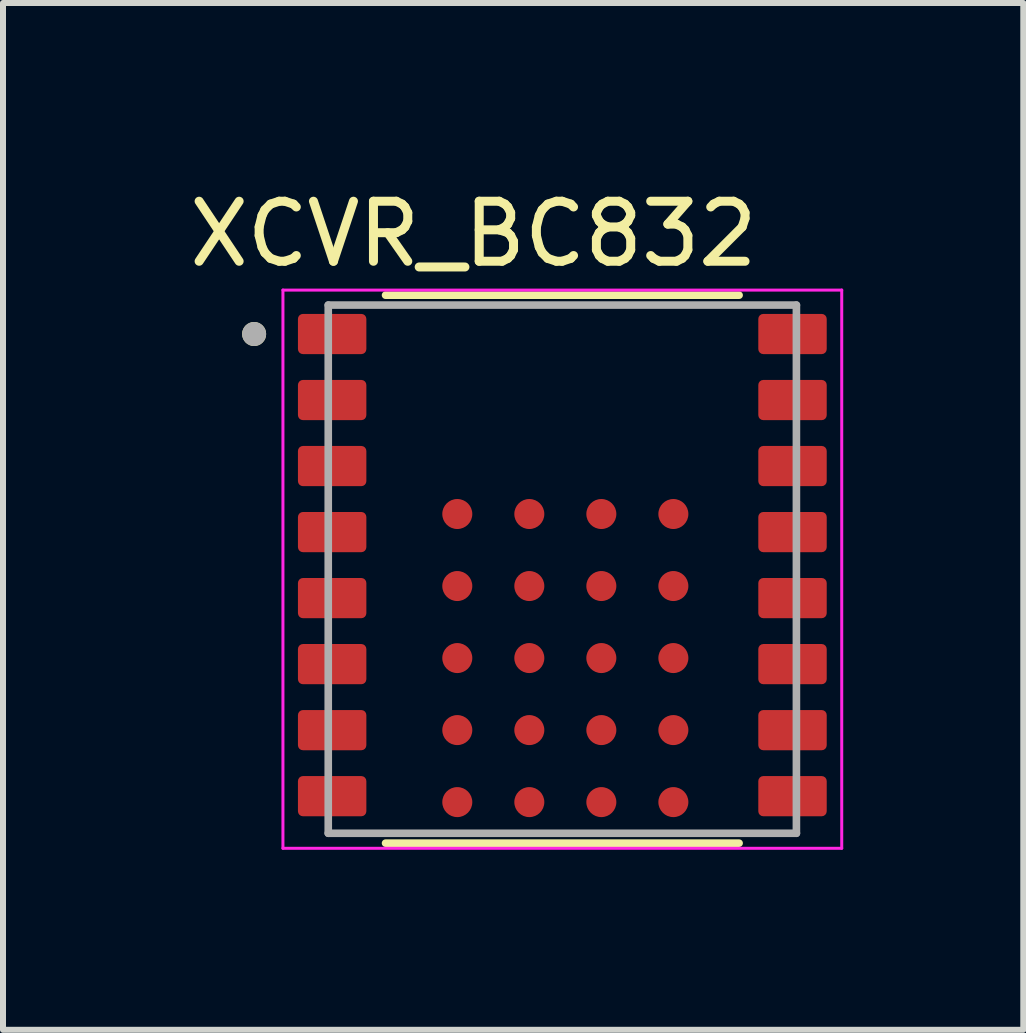
<source format=kicad_pcb>
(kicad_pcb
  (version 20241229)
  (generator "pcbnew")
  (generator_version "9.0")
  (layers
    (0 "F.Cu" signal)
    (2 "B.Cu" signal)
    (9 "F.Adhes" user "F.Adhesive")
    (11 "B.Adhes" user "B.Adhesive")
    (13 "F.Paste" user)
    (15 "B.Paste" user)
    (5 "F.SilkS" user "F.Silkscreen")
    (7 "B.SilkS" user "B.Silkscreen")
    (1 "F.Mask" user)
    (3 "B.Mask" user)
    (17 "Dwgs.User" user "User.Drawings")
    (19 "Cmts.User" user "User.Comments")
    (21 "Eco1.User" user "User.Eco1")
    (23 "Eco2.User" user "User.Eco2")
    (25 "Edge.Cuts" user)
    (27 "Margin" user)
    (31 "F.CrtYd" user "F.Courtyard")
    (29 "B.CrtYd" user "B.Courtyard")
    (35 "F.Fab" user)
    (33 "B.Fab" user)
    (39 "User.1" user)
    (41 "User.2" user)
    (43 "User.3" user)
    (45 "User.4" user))
  (footprint "XCVR_BC832"
    (layer "F.Cu")
    (at 6.319 6.433)
    (property "Reference" "XCVR_BC832" (at -1.48 -5.585 0) (layer "F.SilkS") (effects (font (size 1 1) (thickness 0.15))))
    (attr smd)
    (fp_line (start -2.945 -4.565) (end 2.945 -4.565) (stroke (width 0.127) (type solid)) (layer "F.SilkS"))
    (fp_line (start -2.945 4.565) (end 2.945 4.565) (stroke (width 0.127) (type solid)) (layer "F.SilkS"))
    (fp_circle (center -5.135 -3.918) (end -5.035 -3.918) (stroke (width 0.2) (type solid)) (fill no) (layer "F.SilkS"))
    (fp_line (start -4.655 -4.65) (end -4.655 4.65) (stroke (width 0.05) (type solid)) (layer "F.CrtYd"))
    (fp_line (start -4.655 4.65) (end 4.655 4.65) (stroke (width 0.05) (type solid)) (layer "F.CrtYd"))
    (fp_line (start 4.655 -4.65) (end -4.655 -4.65) (stroke (width 0.05) (type solid)) (layer "F.CrtYd"))
    (fp_line (start 4.655 4.65) (end 4.655 -4.65) (stroke (width 0.05) (type solid)) (layer "F.CrtYd"))
    (fp_line (start -3.9 -4.4) (end -3.9 4.4) (stroke (width 0.127) (type solid)) (layer "F.Fab"))
    (fp_line (start -3.9 -4.4) (end 3.9 -4.4) (stroke (width 0.127) (type solid)) (layer "F.Fab"))
    (fp_line (start 3.9 -4.4) (end 3.9 4.4) (stroke (width 0.127) (type solid)) (layer "F.Fab"))
    (fp_line (start 3.9 4.4) (end -3.9 4.4) (stroke (width 0.127) (type solid)) (layer "F.Fab"))
    (fp_circle (center -5.135 -3.918) (end -5.035 -3.918) (stroke (width 0.2) (type solid)) (fill no) (layer "F.Fab"))
    (pad "1" smd roundrect (at -3.835 -3.918) (size 1.14 0.67) (layers "F.Cu" "F.Mask" "F.Paste") (roundrect_rratio 0.125))
    (pad "2" smd roundrect (at -3.835 -2.818) (size 1.14 0.67) (layers "F.Cu" "F.Mask" "F.Paste") (roundrect_rratio 0.125))
    (pad "3" smd roundrect (at -3.835 -1.718) (size 1.14 0.67) (layers "F.Cu" "F.Mask" "F.Paste") (roundrect_rratio 0.125))
    (pad "4" smd roundrect (at -3.835 -0.618) (size 1.14 0.67) (layers "F.Cu" "F.Mask" "F.Paste") (roundrect_rratio 0.125))
    (pad "5" smd roundrect (at -3.835 0.482) (size 1.14 0.67) (layers "F.Cu" "F.Mask" "F.Paste") (roundrect_rratio 0.125))
    (pad "6" smd roundrect (at -3.835 1.582) (size 1.14 0.67) (layers "F.Cu" "F.Mask" "F.Paste") (roundrect_rratio 0.125))
    (pad "7" smd roundrect (at -3.835 2.682) (size 1.14 0.67) (layers "F.Cu" "F.Mask" "F.Paste") (roundrect_rratio 0.125))
    (pad "8" smd roundrect (at -3.835 3.782) (size 1.14 0.67) (layers "F.Cu" "F.Mask" "F.Paste") (roundrect_rratio 0.125))
    (pad "9" smd roundrect (at 3.835 3.782) (size 1.14 0.67) (layers "F.Cu" "F.Mask" "F.Paste") (roundrect_rratio 0.125))
    (pad "10" smd roundrect (at 3.835 2.682) (size 1.14 0.67) (layers "F.Cu" "F.Mask" "F.Paste") (roundrect_rratio 0.125))
    (pad "11" smd roundrect (at 3.835 1.582) (size 1.14 0.67) (layers "F.Cu" "F.Mask" "F.Paste") (roundrect_rratio 0.125))
    (pad "12" smd roundrect (at 3.835 0.482) (size 1.14 0.67) (layers "F.Cu" "F.Mask" "F.Paste") (roundrect_rratio 0.125))
    (pad "13" smd roundrect (at 3.835 -0.618) (size 1.14 0.67) (layers "F.Cu" "F.Mask" "F.Paste") (roundrect_rratio 0.125))
    (pad "14" smd roundrect (at 3.835 -1.718) (size 1.14 0.67) (layers "F.Cu" "F.Mask" "F.Paste") (roundrect_rratio 0.125))
    (pad "15" smd roundrect (at 3.835 -2.818) (size 1.14 0.67) (layers "F.Cu" "F.Mask" "F.Paste") (roundrect_rratio 0.125))
    (pad "16" smd roundrect (at 3.835 -3.918) (size 1.14 0.67) (layers "F.Cu" "F.Mask" "F.Paste") (roundrect_rratio 0.125))
    (pad "A1" smd circle (at -1.75 -0.919) (size 0.5 0.5) (layers "F.Cu" "F.Mask" "F.Paste"))
    (pad "A2" smd circle (at -1.75 0.281) (size 0.5 0.5) (layers "F.Cu" "F.Mask" "F.Paste"))
    (pad "A3" smd circle (at -1.75 1.481) (size 0.5 0.5) (layers "F.Cu" "F.Mask" "F.Paste"))
    (pad "A4" smd circle (at -1.75 2.681) (size 0.5 0.5) (layers "F.Cu" "F.Mask" "F.Paste"))
    (pad "A5" smd circle (at -1.75 3.881) (size 0.5 0.5) (layers "F.Cu" "F.Mask" "F.Paste"))
    (pad "B1" smd circle (at -0.55 -0.919) (size 0.5 0.5) (layers "F.Cu" "F.Mask" "F.Paste"))
    (pad "B2" smd circle (at -0.55 0.281) (size 0.5 0.5) (layers "F.Cu" "F.Mask" "F.Paste"))
    (pad "B3" smd circle (at -0.55 1.481) (size 0.5 0.5) (layers "F.Cu" "F.Mask" "F.Paste"))
    (pad "B4" smd circle (at -0.55 2.681) (size 0.5 0.5) (layers "F.Cu" "F.Mask" "F.Paste"))
    (pad "B5" smd circle (at -0.55 3.881) (size 0.5 0.5) (layers "F.Cu" "F.Mask" "F.Paste"))
    (pad "C1" smd circle (at 0.65 -0.919) (size 0.5 0.5) (layers "F.Cu" "F.Mask" "F.Paste"))
    (pad "C2" smd circle (at 0.65 0.281) (size 0.5 0.5) (layers "F.Cu" "F.Mask" "F.Paste"))
    (pad "C3" smd circle (at 0.65 1.481) (size 0.5 0.5) (layers "F.Cu" "F.Mask" "F.Paste"))
    (pad "C4" smd circle (at 0.65 2.681) (size 0.5 0.5) (layers "F.Cu" "F.Mask" "F.Paste"))
    (pad "C5" smd circle (at 0.65 3.881) (size 0.5 0.5) (layers "F.Cu" "F.Mask" "F.Paste"))
    (pad "D1" smd circle (at 1.85 -0.919) (size 0.5 0.5) (layers "F.Cu" "F.Mask" "F.Paste"))
    (pad "D2" smd circle (at 1.85 0.281) (size 0.5 0.5) (layers "F.Cu" "F.Mask" "F.Paste"))
    (pad "D3" smd circle (at 1.85 1.481) (size 0.5 0.5) (layers "F.Cu" "F.Mask" "F.Paste"))
    (pad "D4" smd circle (at 1.85 2.681) (size 0.5 0.5) (layers "F.Cu" "F.Mask" "F.Paste"))
    (pad "D5" smd circle (at 1.85 3.881) (size 0.5 0.5) (layers "F.Cu" "F.Mask" "F.Paste"))
    (zone (net_name "") (layer "F.Cu") (hatch full 0.508) (connect_pads) (min_thickness 0.01) (filled_areas_thickness no) (keepout (tracks not_allowed) (vias not_allowed) (pads not_allowed) (copperpour not_allowed) (footprints allowed)) (placement (enabled no)) (fill) (polygon (pts (xy 2.419 2.033) (xy 2.419 2.18) (xy 2.984 2.18) (xy 2.988 2.18) (xy 2.991 2.18) (xy 2.995 2.181) (xy 2.999 2.182) (xy 3.002 2.182) (xy 3.006 2.183) (xy 3.009 2.185) (xy 3.012 2.186) (xy 3.016 2.188) (xy 3.019 2.189) (xy 3.022 2.191) (xy 3.025 2.193) (xy 3.028 2.196) (xy 3.031 2.198) (xy 3.033 2.201) (xy 3.036 2.203) (xy 3.038 2.206) (xy 3.041 2.209) (xy 3.043 2.212) (xy 3.045 2.215) (xy 3.046 2.218) (xy 3.048 2.222) (xy 3.049 2.225) (xy 3.051 2.228) (xy 3.052 2.232) (xy 3.052 2.235) (xy 3.053 2.239) (xy 3.054 2.243) (xy 3.054 2.246) (xy 3.054 2.25) (xy 3.054 2.78) (xy 3.054 2.784) (xy 3.054 2.787) (xy 3.053 2.791) (xy 3.052 2.795) (xy 3.052 2.798) (xy 3.051 2.802) (xy 3.049 2.805) (xy 3.048 2.808) (xy 3.046 2.812) (xy 3.045 2.815) (xy 3.043 2.818) (xy 3.041 2.821) (xy 3.038 2.824) (xy 3.036 2.827) (xy 3.033 2.829) (xy 3.031 2.832) (xy 3.028 2.834) (xy 3.025 2.837) (xy 3.022 2.839) (xy 3.019 2.841) (xy 3.016 2.842) (xy 3.012 2.844) (xy 3.009 2.845) (xy 3.006 2.847) (xy 3.002 2.848) (xy 2.999 2.848) (xy 2.995 2.849) (xy 2.991 2.85) (xy 2.988 2.85) (xy 2.984 2.85) (xy 2.419 2.85) (xy 2.419 3.28) (xy 2.984 3.28) (xy 2.988 3.28) (xy 2.991 3.28) (xy 2.995 3.281) (xy 2.999 3.282) (xy 3.002 3.282) (xy 3.006 3.283) (xy 3.009 3.285) (xy 3.012 3.286) (xy 3.016 3.288) (xy 3.019 3.289) (xy 3.022 3.291) (xy 3.025 3.293) (xy 3.028 3.296) (xy 3.031 3.298) (xy 3.033 3.301) (xy 3.036 3.303) (xy 3.038 3.306) (xy 3.041 3.309) (xy 3.043 3.312) (xy 3.045 3.315) (xy 3.046 3.318) (xy 3.048 3.322) (xy 3.049 3.325) (xy 3.051 3.328) (xy 3.052 3.332) (xy 3.052 3.335) (xy 3.053 3.339) (xy 3.054 3.343) (xy 3.054 3.346) (xy 3.054 3.35) (xy 3.054 3.88) (xy 3.054 3.884) (xy 3.054 3.887) (xy 3.053 3.891) (xy 3.052 3.895) (xy 3.052 3.898) (xy 3.051 3.902) (xy 3.049 3.905) (xy 3.048 3.908) (xy 3.046 3.912) (xy 3.045 3.915) (xy 3.043 3.918) (xy 3.041 3.921) (xy 3.038 3.924) (xy 3.036 3.927) (xy 3.033 3.929) (xy 3.031 3.932) (xy 3.028 3.934) (xy 3.025 3.937) (xy 3.022 3.939) (xy 3.019 3.941) (xy 3.016 3.942) (xy 3.012 3.944) (xy 3.009 3.945) (xy 3.006 3.947) (xy 3.002 3.948) (xy 2.999 3.948) (xy 2.995 3.949) (xy 2.991 3.95) (xy 2.988 3.95) (xy 2.984 3.95) (xy 2.419 3.95) (xy 2.419 4.38) (xy 2.984 4.38) (xy 2.988 4.38) (xy 2.991 4.38) (xy 2.995 4.381) (xy 2.999 4.382) (xy 3.002 4.382) (xy 3.006 4.383) (xy 3.009 4.385) (xy 3.012 4.386) (xy 3.016 4.388) (xy 3.019 4.389) (xy 3.022 4.391) (xy 3.025 4.393) (xy 3.028 4.396) (xy 3.031 4.398) (xy 3.033 4.401) (xy 3.036 4.403) (xy 3.038 4.406) (xy 3.041 4.409) (xy 3.043 4.412) (xy 3.045 4.415) (xy 3.046 4.418) (xy 3.048 4.422) (xy 3.049 4.425) (xy 3.051 4.428) (xy 3.052 4.432) (xy 3.052 4.435) (xy 3.053 4.439) (xy 3.054 4.443) (xy 3.054 4.446) (xy 3.054 4.45) (xy 3.054 4.98) (xy 3.054 4.984) (xy 3.054 4.987) (xy 3.053 4.991) (xy 3.052 4.995) (xy 3.052 4.998) (xy 3.051 5.002) (xy 3.049 5.005) (xy 3.048 5.008) (xy 3.046 5.012) (xy 3.045 5.015) (xy 3.043 5.018) (xy 3.041 5.021) (xy 3.038 5.024) (xy 3.036 5.027) (xy 3.033 5.029) (xy 3.031 5.032) (xy 3.028 5.034) (xy 3.025 5.037) (xy 3.022 5.039) (xy 3.019 5.041) (xy 3.016 5.042) (xy 3.012 5.044) (xy 3.009 5.045) (xy 3.006 5.047) (xy 3.002 5.048) (xy 2.999 5.048) (xy 2.995 5.049) (xy 2.991 5.05) (xy 2.988 5.05) (xy 2.984 5.05) (xy 2.419 5.05) (xy 2.419 5.233) (xy 10.219 5.233) (xy 10.219 5.05) (xy 9.654 5.05) (xy 9.65 5.05) (xy 9.647 5.05) (xy 9.643 5.049) (xy 9.639 5.048) (xy 9.636 5.048) (xy 9.632 5.047) (xy 9.629 5.045) (xy 9.626 5.044) (xy 9.622 5.042) (xy 9.619 5.041) (xy 9.616 5.039) (xy 9.613 5.037) (xy 9.61 5.034) (xy 9.607 5.032) (xy 9.605 5.029) (xy 9.602 5.027) (xy 9.6 5.024) (xy 9.597 5.021) (xy 9.595 5.018) (xy 9.593 5.015) (xy 9.592 5.012) (xy 9.59 5.008) (xy 9.589 5.005) (xy 9.587 5.002) (xy 9.586 4.998) (xy 9.586 4.995) (xy 9.585 4.991) (xy 9.584 4.987) (xy 9.584 4.984) (xy 9.584 4.98) (xy 9.584 4.45) (xy 9.584 4.446) (xy 9.584 4.443) (xy 9.585 4.439) (xy 9.586 4.435) (xy 9.586 4.432) (xy 9.587 4.428) (xy 9.589 4.425) (xy 9.59 4.422) (xy 9.592 4.418) (xy 9.593 4.415) (xy 9.595 4.412) (xy 9.597 4.409) (xy 9.6 4.406) (xy 9.602 4.403) (xy 9.605 4.401) (xy 9.607 4.398) (xy 9.61 4.396) (xy 9.613 4.393) (xy 9.616 4.391) (xy 9.619 4.389) (xy 9.622 4.388) (xy 9.626 4.386) (xy 9.629 4.385) (xy 9.632 4.383) (xy 9.636 4.382) (xy 9.639 4.382) (xy 9.643 4.381) (xy 9.647 4.38) (xy 9.65 4.38) (xy 9.654 4.38) (xy 10.219 4.38) (xy 10.219 3.95) (xy 9.654 3.95) (xy 9.65 3.95) (xy 9.647 3.95) (xy 9.643 3.949) (xy 9.639 3.948) (xy 9.636 3.948) (xy 9.632 3.947) (xy 9.629 3.945) (xy 9.626 3.944) (xy 9.622 3.942) (xy 9.619 3.941) (xy 9.616 3.939) (xy 9.613 3.937) (xy 9.61 3.934) (xy 9.607 3.932) (xy 9.605 3.929) (xy 9.602 3.927) (xy 9.6 3.924) (xy 9.597 3.921) (xy 9.595 3.918) (xy 9.593 3.915) (xy 9.592 3.912) (xy 9.59 3.908) (xy 9.589 3.905) (xy 9.587 3.902) (xy 9.586 3.898) (xy 9.586 3.895) (xy 9.585 3.891) (xy 9.584 3.887) (xy 9.584 3.884) (xy 9.584 3.88) (xy 9.584 3.35) (xy 9.584 3.346) (xy 9.584 3.343) (xy 9.585 3.339) (xy 9.586 3.335) (xy 9.586 3.332) (xy 9.587 3.328) (xy 9.589 3.325) (xy 9.59 3.322) (xy 9.592 3.318) (xy 9.593 3.315) (xy 9.595 3.312) (xy 9.597 3.309) (xy 9.6 3.306) (xy 9.602 3.303) (xy 9.605 3.301) (xy 9.607 3.298) (xy 9.61 3.296) (xy 9.613 3.293) (xy 9.616 3.291) (xy 9.619 3.289) (xy 9.622 3.288) (xy 9.626 3.286) (xy 9.629 3.285) (xy 9.632 3.283) (xy 9.636 3.282) (xy 9.639 3.282) (xy 9.643 3.281) (xy 9.647 3.28) (xy 9.65 3.28) (xy 9.654 3.28) (xy 10.219 3.28) (xy 10.219 2.85) (xy 9.654 2.85) (xy 9.65 2.85) (xy 9.647 2.85) (xy 9.643 2.849) (xy 9.639 2.848) (xy 9.636 2.848) (xy 9.632 2.847) (xy 9.629 2.845) (xy 9.626 2.844) (xy 9.622 2.842) (xy 9.619 2.841) (xy 9.616 2.839) (xy 9.613 2.837) (xy 9.61 2.834) (xy 9.607 2.832) (xy 9.605 2.829) (xy 9.602 2.827) (xy 9.6 2.824) (xy 9.597 2.821) (xy 9.595 2.818) (xy 9.593 2.815) (xy 9.592 2.812) (xy 9.59 2.808) (xy 9.589 2.805) (xy 9.587 2.802) (xy 9.586 2.798) (xy 9.586 2.795) (xy 9.585 2.791) (xy 9.584 2.787) (xy 9.584 2.784) (xy 9.584 2.78) (xy 9.584 2.25) (xy 9.584 2.246) (xy 9.584 2.243) (xy 9.585 2.239) (xy 9.586 2.235) (xy 9.586 2.232) (xy 9.587 2.228) (xy 9.589 2.225) (xy 9.59 2.222) (xy 9.592 2.218) (xy 9.593 2.215) (xy 9.595 2.212) (xy 9.597 2.209) (xy 9.6 2.206) (xy 9.602 2.203) (xy 9.605 2.201) (xy 9.607 2.198) (xy 9.61 2.196) (xy 9.613 2.193) (xy 9.616 2.191) (xy 9.619 2.189) (xy 9.622 2.188) (xy 9.626 2.186) (xy 9.629 2.185) (xy 9.632 2.183) (xy 9.636 2.182) (xy 9.639 2.182) (xy 9.643 2.181) (xy 9.647 2.18) (xy 9.65 2.18) (xy 9.654 2.18) (xy 10.219 2.18) (xy 10.219 2.033))))
    (zone (net_name "") (layers "F.Cu" "B.Cu") (hatch full 0.508) (connect_pads) (min_thickness 0.01) (filled_areas_thickness no) (keepout (tracks allowed) (vias not_allowed) (pads allowed) (copperpour allowed) (footprints allowed)) (placement (enabled no)) (fill) (polygon (pts (xy 2.419 2.033) (xy 2.419 2.18) (xy 2.984 2.18) (xy 2.988 2.18) (xy 2.991 2.18) (xy 2.995 2.181) (xy 2.999 2.182) (xy 3.002 2.182) (xy 3.006 2.183) (xy 3.009 2.185) (xy 3.012 2.186) (xy 3.016 2.188) (xy 3.019 2.189) (xy 3.022 2.191) (xy 3.025 2.193) (xy 3.028 2.196) (xy 3.031 2.198) (xy 3.033 2.201) (xy 3.036 2.203) (xy 3.038 2.206) (xy 3.041 2.209) (xy 3.043 2.212) (xy 3.045 2.215) (xy 3.046 2.218) (xy 3.048 2.222) (xy 3.049 2.225) (xy 3.051 2.228) (xy 3.052 2.232) (xy 3.052 2.235) (xy 3.053 2.239) (xy 3.054 2.243) (xy 3.054 2.246) (xy 3.054 2.25) (xy 3.054 2.78) (xy 3.054 2.784) (xy 3.054 2.787) (xy 3.053 2.791) (xy 3.052 2.795) (xy 3.052 2.798) (xy 3.051 2.802) (xy 3.049 2.805) (xy 3.048 2.808) (xy 3.046 2.812) (xy 3.045 2.815) (xy 3.043 2.818) (xy 3.041 2.821) (xy 3.038 2.824) (xy 3.036 2.827) (xy 3.033 2.829) (xy 3.031 2.832) (xy 3.028 2.834) (xy 3.025 2.837) (xy 3.022 2.839) (xy 3.019 2.841) (xy 3.016 2.842) (xy 3.012 2.844) (xy 3.009 2.845) (xy 3.006 2.847) (xy 3.002 2.848) (xy 2.999 2.848) (xy 2.995 2.849) (xy 2.991 2.85) (xy 2.988 2.85) (xy 2.984 2.85) (xy 2.419 2.85) (xy 2.419 3.28) (xy 2.984 3.28) (xy 2.988 3.28) (xy 2.991 3.28) (xy 2.995 3.281) (xy 2.999 3.282) (xy 3.002 3.282) (xy 3.006 3.283) (xy 3.009 3.285) (xy 3.012 3.286) (xy 3.016 3.288) (xy 3.019 3.289) (xy 3.022 3.291) (xy 3.025 3.293) (xy 3.028 3.296) (xy 3.031 3.298) (xy 3.033 3.301) (xy 3.036 3.303) (xy 3.038 3.306) (xy 3.041 3.309) (xy 3.043 3.312) (xy 3.045 3.315) (xy 3.046 3.318) (xy 3.048 3.322) (xy 3.049 3.325) (xy 3.051 3.328) (xy 3.052 3.332) (xy 3.052 3.335) (xy 3.053 3.339) (xy 3.054 3.343) (xy 3.054 3.346) (xy 3.054 3.35) (xy 3.054 3.88) (xy 3.054 3.884) (xy 3.054 3.887) (xy 3.053 3.891) (xy 3.052 3.895) (xy 3.052 3.898) (xy 3.051 3.902) (xy 3.049 3.905) (xy 3.048 3.908) (xy 3.046 3.912) (xy 3.045 3.915) (xy 3.043 3.918) (xy 3.041 3.921) (xy 3.038 3.924) (xy 3.036 3.927) (xy 3.033 3.929) (xy 3.031 3.932) (xy 3.028 3.934) (xy 3.025 3.937) (xy 3.022 3.939) (xy 3.019 3.941) (xy 3.016 3.942) (xy 3.012 3.944) (xy 3.009 3.945) (xy 3.006 3.947) (xy 3.002 3.948) (xy 2.999 3.948) (xy 2.995 3.949) (xy 2.991 3.95) (xy 2.988 3.95) (xy 2.984 3.95) (xy 2.419 3.95) (xy 2.419 4.38) (xy 2.984 4.38) (xy 2.988 4.38) (xy 2.991 4.38) (xy 2.995 4.381) (xy 2.999 4.382) (xy 3.002 4.382) (xy 3.006 4.383) (xy 3.009 4.385) (xy 3.012 4.386) (xy 3.016 4.388) (xy 3.019 4.389) (xy 3.022 4.391) (xy 3.025 4.393) (xy 3.028 4.396) (xy 3.031 4.398) (xy 3.033 4.401) (xy 3.036 4.403) (xy 3.038 4.406) (xy 3.041 4.409) (xy 3.043 4.412) (xy 3.045 4.415) (xy 3.046 4.418) (xy 3.048 4.422) (xy 3.049 4.425) (xy 3.051 4.428) (xy 3.052 4.432) (xy 3.052 4.435) (xy 3.053 4.439) (xy 3.054 4.443) (xy 3.054 4.446) (xy 3.054 4.45) (xy 3.054 4.98) (xy 3.054 4.984) (xy 3.054 4.987) (xy 3.053 4.991) (xy 3.052 4.995) (xy 3.052 4.998) (xy 3.051 5.002) (xy 3.049 5.005) (xy 3.048 5.008) (xy 3.046 5.012) (xy 3.045 5.015) (xy 3.043 5.018) (xy 3.041 5.021) (xy 3.038 5.024) (xy 3.036 5.027) (xy 3.033 5.029) (xy 3.031 5.032) (xy 3.028 5.034) (xy 3.025 5.037) (xy 3.022 5.039) (xy 3.019 5.041) (xy 3.016 5.042) (xy 3.012 5.044) (xy 3.009 5.045) (xy 3.006 5.047) (xy 3.002 5.048) (xy 2.999 5.048) (xy 2.995 5.049) (xy 2.991 5.05) (xy 2.988 5.05) (xy 2.984 5.05) (xy 2.419 5.05) (xy 2.419 5.233) (xy 10.219 5.233) (xy 10.219 5.05) (xy 9.654 5.05) (xy 9.65 5.05) (xy 9.647 5.05) (xy 9.643 5.049) (xy 9.639 5.048) (xy 9.636 5.048) (xy 9.632 5.047) (xy 9.629 5.045) (xy 9.626 5.044) (xy 9.622 5.042) (xy 9.619 5.041) (xy 9.616 5.039) (xy 9.613 5.037) (xy 9.61 5.034) (xy 9.607 5.032) (xy 9.605 5.029) (xy 9.602 5.027) (xy 9.6 5.024) (xy 9.597 5.021) (xy 9.595 5.018) (xy 9.593 5.015) (xy 9.592 5.012) (xy 9.59 5.008) (xy 9.589 5.005) (xy 9.587 5.002) (xy 9.586 4.998) (xy 9.586 4.995) (xy 9.585 4.991) (xy 9.584 4.987) (xy 9.584 4.984) (xy 9.584 4.98) (xy 9.584 4.45) (xy 9.584 4.446) (xy 9.584 4.443) (xy 9.585 4.439) (xy 9.586 4.435) (xy 9.586 4.432) (xy 9.587 4.428) (xy 9.589 4.425) (xy 9.59 4.422) (xy 9.592 4.418) (xy 9.593 4.415) (xy 9.595 4.412) (xy 9.597 4.409) (xy 9.6 4.406) (xy 9.602 4.403) (xy 9.605 4.401) (xy 9.607 4.398) (xy 9.61 4.396) (xy 9.613 4.393) (xy 9.616 4.391) (xy 9.619 4.389) (xy 9.622 4.388) (xy 9.626 4.386) (xy 9.629 4.385) (xy 9.632 4.383) (xy 9.636 4.382) (xy 9.639 4.382) (xy 9.643 4.381) (xy 9.647 4.38) (xy 9.65 4.38) (xy 9.654 4.38) (xy 10.219 4.38) (xy 10.219 3.95) (xy 9.654 3.95) (xy 9.65 3.95) (xy 9.647 3.95) (xy 9.643 3.949) (xy 9.639 3.948) (xy 9.636 3.948) (xy 9.632 3.947) (xy 9.629 3.945) (xy 9.626 3.944) (xy 9.622 3.942) (xy 9.619 3.941) (xy 9.616 3.939) (xy 9.613 3.937) (xy 9.61 3.934) (xy 9.607 3.932) (xy 9.605 3.929) (xy 9.602 3.927) (xy 9.6 3.924) (xy 9.597 3.921) (xy 9.595 3.918) (xy 9.593 3.915) (xy 9.592 3.912) (xy 9.59 3.908) (xy 9.589 3.905) (xy 9.587 3.902) (xy 9.586 3.898) (xy 9.586 3.895) (xy 9.585 3.891) (xy 9.584 3.887) (xy 9.584 3.884) (xy 9.584 3.88) (xy 9.584 3.35) (xy 9.584 3.346) (xy 9.584 3.343) (xy 9.585 3.339) (xy 9.586 3.335) (xy 9.586 3.332) (xy 9.587 3.328) (xy 9.589 3.325) (xy 9.59 3.322) (xy 9.592 3.318) (xy 9.593 3.315) (xy 9.595 3.312) (xy 9.597 3.309) (xy 9.6 3.306) (xy 9.602 3.303) (xy 9.605 3.301) (xy 9.607 3.298) (xy 9.61 3.296) (xy 9.613 3.293) (xy 9.616 3.291) (xy 9.619 3.289) (xy 9.622 3.288) (xy 9.626 3.286) (xy 9.629 3.285) (xy 9.632 3.283) (xy 9.636 3.282) (xy 9.639 3.282) (xy 9.643 3.281) (xy 9.647 3.28) (xy 9.65 3.28) (xy 9.654 3.28) (xy 10.219 3.28) (xy 10.219 2.85) (xy 9.654 2.85) (xy 9.65 2.85) (xy 9.647 2.85) (xy 9.643 2.849) (xy 9.639 2.848) (xy 9.636 2.848) (xy 9.632 2.847) (xy 9.629 2.845) (xy 9.626 2.844) (xy 9.622 2.842) (xy 9.619 2.841) (xy 9.616 2.839) (xy 9.613 2.837) (xy 9.61 2.834) (xy 9.607 2.832) (xy 9.605 2.829) (xy 9.602 2.827) (xy 9.6 2.824) (xy 9.597 2.821) (xy 9.595 2.818) (xy 9.593 2.815) (xy 9.592 2.812) (xy 9.59 2.808) (xy 9.589 2.805) (xy 9.587 2.802) (xy 9.586 2.798) (xy 9.586 2.795) (xy 9.585 2.791) (xy 9.584 2.787) (xy 9.584 2.784) (xy 9.584 2.78) (xy 9.584 2.25) (xy 9.584 2.246) (xy 9.584 2.243) (xy 9.585 2.239) (xy 9.586 2.235) (xy 9.586 2.232) (xy 9.587 2.228) (xy 9.589 2.225) (xy 9.59 2.222) (xy 9.592 2.218) (xy 9.593 2.215) (xy 9.595 2.212) (xy 9.597 2.209) (xy 9.6 2.206) (xy 9.602 2.203) (xy 9.605 2.201) (xy 9.607 2.198) (xy 9.61 2.196) (xy 9.613 2.193) (xy 9.616 2.191) (xy 9.619 2.189) (xy 9.622 2.188) (xy 9.626 2.186) (xy 9.629 2.185) (xy 9.632 2.183) (xy 9.636 2.182) (xy 9.639 2.182) (xy 9.643 2.181) (xy 9.647 2.18) (xy 9.65 2.18) (xy 9.654 2.18) (xy 10.219 2.18) (xy 10.219 2.033))))
    (zone (net_name "") (layer "B.Cu") (hatch full 0.508) (connect_pads) (min_thickness 0.01) (filled_areas_thickness no) (keepout (tracks not_allowed) (vias not_allowed) (pads not_allowed) (copperpour not_allowed) (footprints allowed)) (placement (enabled no)) (fill) (polygon (pts (xy 2.419 2.033) (xy 2.419 2.18) (xy 2.984 2.18) (xy 2.988 2.18) (xy 2.991 2.18) (xy 2.995 2.181) (xy 2.999 2.182) (xy 3.002 2.182) (xy 3.006 2.183) (xy 3.009 2.185) (xy 3.012 2.186) (xy 3.016 2.188) (xy 3.019 2.189) (xy 3.022 2.191) (xy 3.025 2.193) (xy 3.028 2.196) (xy 3.031 2.198) (xy 3.033 2.201) (xy 3.036 2.203) (xy 3.038 2.206) (xy 3.041 2.209) (xy 3.043 2.212) (xy 3.045 2.215) (xy 3.046 2.218) (xy 3.048 2.222) (xy 3.049 2.225) (xy 3.051 2.228) (xy 3.052 2.232) (xy 3.052 2.235) (xy 3.053 2.239) (xy 3.054 2.243) (xy 3.054 2.246) (xy 3.054 2.25) (xy 3.054 2.78) (xy 3.054 2.784) (xy 3.054 2.787) (xy 3.053 2.791) (xy 3.052 2.795) (xy 3.052 2.798) (xy 3.051 2.802) (xy 3.049 2.805) (xy 3.048 2.808) (xy 3.046 2.812) (xy 3.045 2.815) (xy 3.043 2.818) (xy 3.041 2.821) (xy 3.038 2.824) (xy 3.036 2.827) (xy 3.033 2.829) (xy 3.031 2.832) (xy 3.028 2.834) (xy 3.025 2.837) (xy 3.022 2.839) (xy 3.019 2.841) (xy 3.016 2.842) (xy 3.012 2.844) (xy 3.009 2.845) (xy 3.006 2.847) (xy 3.002 2.848) (xy 2.999 2.848) (xy 2.995 2.849) (xy 2.991 2.85) (xy 2.988 2.85) (xy 2.984 2.85) (xy 2.419 2.85) (xy 2.419 3.28) (xy 2.984 3.28) (xy 2.988 3.28) (xy 2.991 3.28) (xy 2.995 3.281) (xy 2.999 3.282) (xy 3.002 3.282) (xy 3.006 3.283) (xy 3.009 3.285) (xy 3.012 3.286) (xy 3.016 3.288) (xy 3.019 3.289) (xy 3.022 3.291) (xy 3.025 3.293) (xy 3.028 3.296) (xy 3.031 3.298) (xy 3.033 3.301) (xy 3.036 3.303) (xy 3.038 3.306) (xy 3.041 3.309) (xy 3.043 3.312) (xy 3.045 3.315) (xy 3.046 3.318) (xy 3.048 3.322) (xy 3.049 3.325) (xy 3.051 3.328) (xy 3.052 3.332) (xy 3.052 3.335) (xy 3.053 3.339) (xy 3.054 3.343) (xy 3.054 3.346) (xy 3.054 3.35) (xy 3.054 3.88) (xy 3.054 3.884) (xy 3.054 3.887) (xy 3.053 3.891) (xy 3.052 3.895) (xy 3.052 3.898) (xy 3.051 3.902) (xy 3.049 3.905) (xy 3.048 3.908) (xy 3.046 3.912) (xy 3.045 3.915) (xy 3.043 3.918) (xy 3.041 3.921) (xy 3.038 3.924) (xy 3.036 3.927) (xy 3.033 3.929) (xy 3.031 3.932) (xy 3.028 3.934) (xy 3.025 3.937) (xy 3.022 3.939) (xy 3.019 3.941) (xy 3.016 3.942) (xy 3.012 3.944) (xy 3.009 3.945) (xy 3.006 3.947) (xy 3.002 3.948) (xy 2.999 3.948) (xy 2.995 3.949) (xy 2.991 3.95) (xy 2.988 3.95) (xy 2.984 3.95) (xy 2.419 3.95) (xy 2.419 4.38) (xy 2.984 4.38) (xy 2.988 4.38) (xy 2.991 4.38) (xy 2.995 4.381) (xy 2.999 4.382) (xy 3.002 4.382) (xy 3.006 4.383) (xy 3.009 4.385) (xy 3.012 4.386) (xy 3.016 4.388) (xy 3.019 4.389) (xy 3.022 4.391) (xy 3.025 4.393) (xy 3.028 4.396) (xy 3.031 4.398) (xy 3.033 4.401) (xy 3.036 4.403) (xy 3.038 4.406) (xy 3.041 4.409) (xy 3.043 4.412) (xy 3.045 4.415) (xy 3.046 4.418) (xy 3.048 4.422) (xy 3.049 4.425) (xy 3.051 4.428) (xy 3.052 4.432) (xy 3.052 4.435) (xy 3.053 4.439) (xy 3.054 4.443) (xy 3.054 4.446) (xy 3.054 4.45) (xy 3.054 4.98) (xy 3.054 4.984) (xy 3.054 4.987) (xy 3.053 4.991) (xy 3.052 4.995) (xy 3.052 4.998) (xy 3.051 5.002) (xy 3.049 5.005) (xy 3.048 5.008) (xy 3.046 5.012) (xy 3.045 5.015) (xy 3.043 5.018) (xy 3.041 5.021) (xy 3.038 5.024) (xy 3.036 5.027) (xy 3.033 5.029) (xy 3.031 5.032) (xy 3.028 5.034) (xy 3.025 5.037) (xy 3.022 5.039) (xy 3.019 5.041) (xy 3.016 5.042) (xy 3.012 5.044) (xy 3.009 5.045) (xy 3.006 5.047) (xy 3.002 5.048) (xy 2.999 5.048) (xy 2.995 5.049) (xy 2.991 5.05) (xy 2.988 5.05) (xy 2.984 5.05) (xy 2.419 5.05) (xy 2.419 5.233) (xy 10.219 5.233) (xy 10.219 5.05) (xy 9.654 5.05) (xy 9.65 5.05) (xy 9.647 5.05) (xy 9.643 5.049) (xy 9.639 5.048) (xy 9.636 5.048) (xy 9.632 5.047) (xy 9.629 5.045) (xy 9.626 5.044) (xy 9.622 5.042) (xy 9.619 5.041) (xy 9.616 5.039) (xy 9.613 5.037) (xy 9.61 5.034) (xy 9.607 5.032) (xy 9.605 5.029) (xy 9.602 5.027) (xy 9.6 5.024) (xy 9.597 5.021) (xy 9.595 5.018) (xy 9.593 5.015) (xy 9.592 5.012) (xy 9.59 5.008) (xy 9.589 5.005) (xy 9.587 5.002) (xy 9.586 4.998) (xy 9.586 4.995) (xy 9.585 4.991) (xy 9.584 4.987) (xy 9.584 4.984) (xy 9.584 4.98) (xy 9.584 4.45) (xy 9.584 4.446) (xy 9.584 4.443) (xy 9.585 4.439) (xy 9.586 4.435) (xy 9.586 4.432) (xy 9.587 4.428) (xy 9.589 4.425) (xy 9.59 4.422) (xy 9.592 4.418) (xy 9.593 4.415) (xy 9.595 4.412) (xy 9.597 4.409) (xy 9.6 4.406) (xy 9.602 4.403) (xy 9.605 4.401) (xy 9.607 4.398) (xy 9.61 4.396) (xy 9.613 4.393) (xy 9.616 4.391) (xy 9.619 4.389) (xy 9.622 4.388) (xy 9.626 4.386) (xy 9.629 4.385) (xy 9.632 4.383) (xy 9.636 4.382) (xy 9.639 4.382) (xy 9.643 4.381) (xy 9.647 4.38) (xy 9.65 4.38) (xy 9.654 4.38) (xy 10.219 4.38) (xy 10.219 3.95) (xy 9.654 3.95) (xy 9.65 3.95) (xy 9.647 3.95) (xy 9.643 3.949) (xy 9.639 3.948) (xy 9.636 3.948) (xy 9.632 3.947) (xy 9.629 3.945) (xy 9.626 3.944) (xy 9.622 3.942) (xy 9.619 3.941) (xy 9.616 3.939) (xy 9.613 3.937) (xy 9.61 3.934) (xy 9.607 3.932) (xy 9.605 3.929) (xy 9.602 3.927) (xy 9.6 3.924) (xy 9.597 3.921) (xy 9.595 3.918) (xy 9.593 3.915) (xy 9.592 3.912) (xy 9.59 3.908) (xy 9.589 3.905) (xy 9.587 3.902) (xy 9.586 3.898) (xy 9.586 3.895) (xy 9.585 3.891) (xy 9.584 3.887) (xy 9.584 3.884) (xy 9.584 3.88) (xy 9.584 3.35) (xy 9.584 3.346) (xy 9.584 3.343) (xy 9.585 3.339) (xy 9.586 3.335) (xy 9.586 3.332) (xy 9.587 3.328) (xy 9.589 3.325) (xy 9.59 3.322) (xy 9.592 3.318) (xy 9.593 3.315) (xy 9.595 3.312) (xy 9.597 3.309) (xy 9.6 3.306) (xy 9.602 3.303) (xy 9.605 3.301) (xy 9.607 3.298) (xy 9.61 3.296) (xy 9.613 3.293) (xy 9.616 3.291) (xy 9.619 3.289) (xy 9.622 3.288) (xy 9.626 3.286) (xy 9.629 3.285) (xy 9.632 3.283) (xy 9.636 3.282) (xy 9.639 3.282) (xy 9.643 3.281) (xy 9.647 3.28) (xy 9.65 3.28) (xy 9.654 3.28) (xy 10.219 3.28) (xy 10.219 2.85) (xy 9.654 2.85) (xy 9.65 2.85) (xy 9.647 2.85) (xy 9.643 2.849) (xy 9.639 2.848) (xy 9.636 2.848) (xy 9.632 2.847) (xy 9.629 2.845) (xy 9.626 2.844) (xy 9.622 2.842) (xy 9.619 2.841) (xy 9.616 2.839) (xy 9.613 2.837) (xy 9.61 2.834) (xy 9.607 2.832) (xy 9.605 2.829) (xy 9.602 2.827) (xy 9.6 2.824) (xy 9.597 2.821) (xy 9.595 2.818) (xy 9.593 2.815) (xy 9.592 2.812) (xy 9.59 2.808) (xy 9.589 2.805) (xy 9.587 2.802) (xy 9.586 2.798) (xy 9.586 2.795) (xy 9.585 2.791) (xy 9.584 2.787) (xy 9.584 2.784) (xy 9.584 2.78) (xy 9.584 2.25) (xy 9.584 2.246) (xy 9.584 2.243) (xy 9.585 2.239) (xy 9.586 2.235) (xy 9.586 2.232) (xy 9.587 2.228) (xy 9.589 2.225) (xy 9.59 2.222) (xy 9.592 2.218) (xy 9.593 2.215) (xy 9.595 2.212) (xy 9.597 2.209) (xy 9.6 2.206) (xy 9.602 2.203) (xy 9.605 2.201) (xy 9.607 2.198) (xy 9.61 2.196) (xy 9.613 2.193) (xy 9.616 2.191) (xy 9.619 2.189) (xy 9.622 2.188) (xy 9.626 2.186) (xy 9.629 2.185) (xy 9.632 2.183) (xy 9.636 2.182) (xy 9.639 2.182) (xy 9.643 2.181) (xy 9.647 2.18) (xy 9.65 2.18) (xy 9.654 2.18) (xy 10.219 2.18) (xy 10.219 2.033)))))
  (gr_rect
    (start -3 -3)
    (end 13.999 14.108)
    (stroke (width 0.1) (type default))
    (fill no)
    (layer "Edge.Cuts")))
</source>
